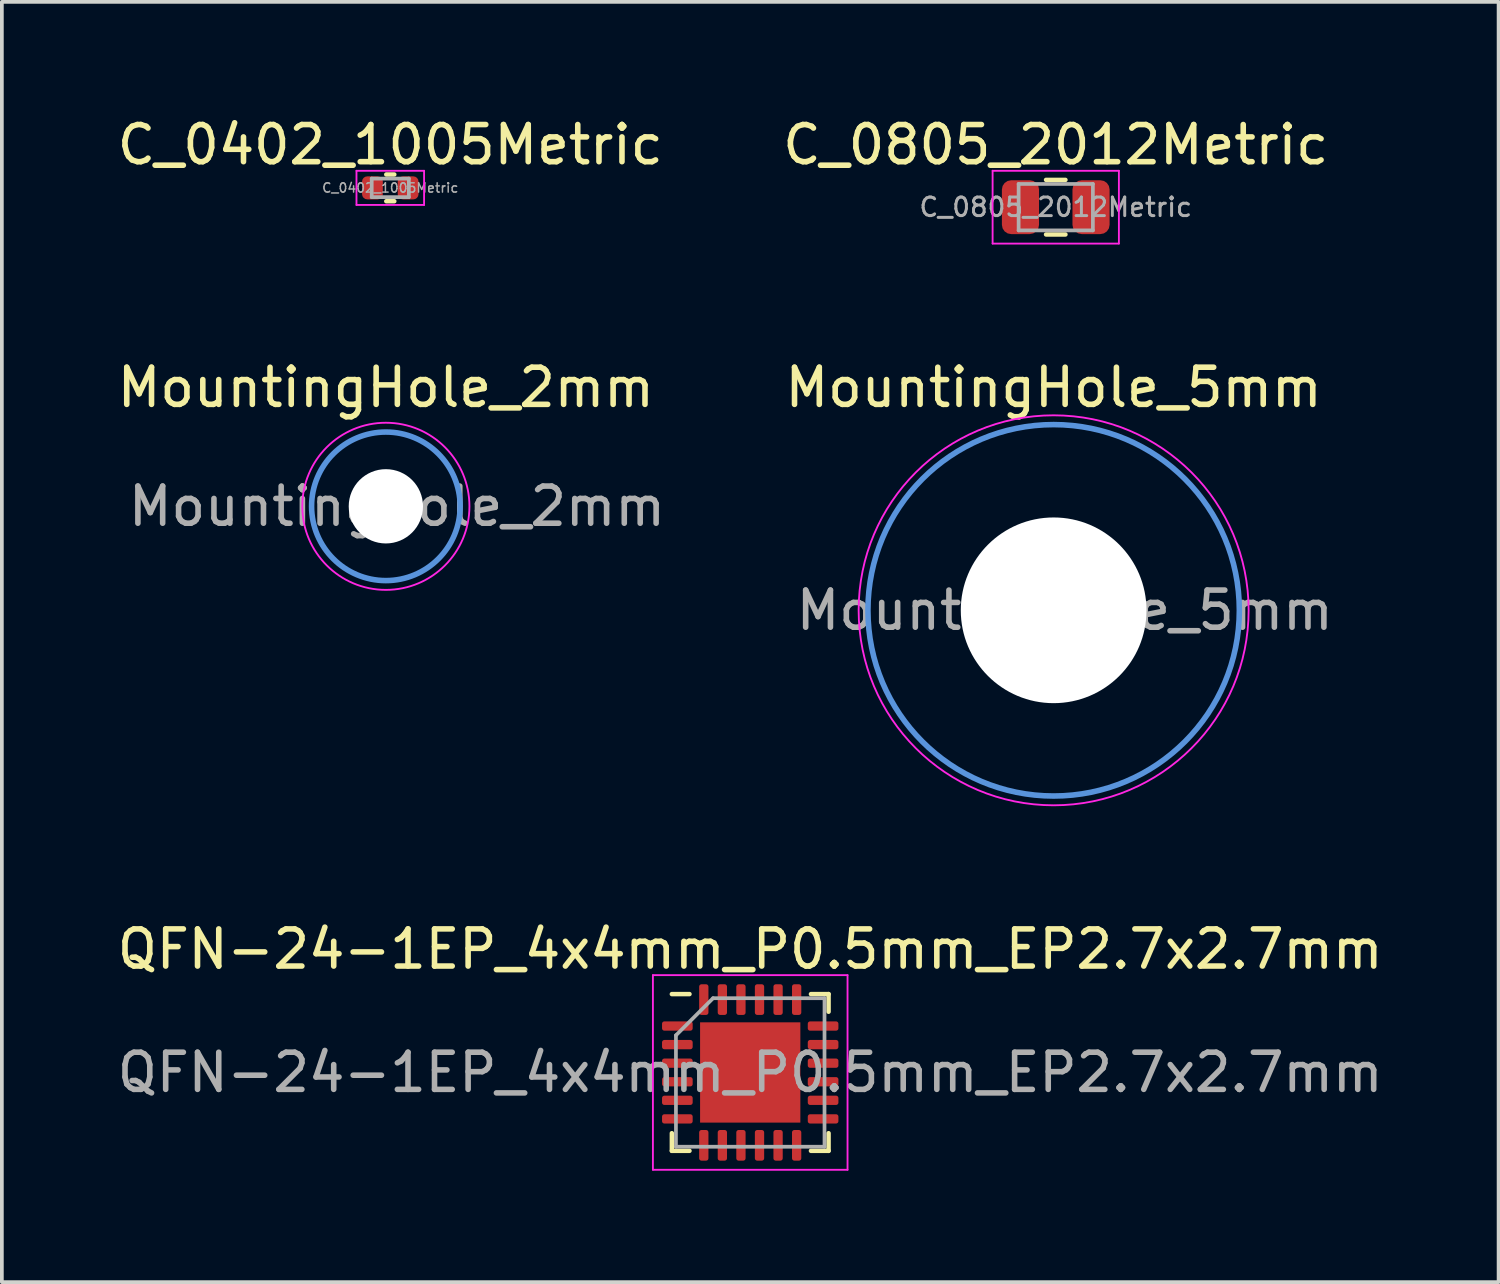
<source format=kicad_pcb>
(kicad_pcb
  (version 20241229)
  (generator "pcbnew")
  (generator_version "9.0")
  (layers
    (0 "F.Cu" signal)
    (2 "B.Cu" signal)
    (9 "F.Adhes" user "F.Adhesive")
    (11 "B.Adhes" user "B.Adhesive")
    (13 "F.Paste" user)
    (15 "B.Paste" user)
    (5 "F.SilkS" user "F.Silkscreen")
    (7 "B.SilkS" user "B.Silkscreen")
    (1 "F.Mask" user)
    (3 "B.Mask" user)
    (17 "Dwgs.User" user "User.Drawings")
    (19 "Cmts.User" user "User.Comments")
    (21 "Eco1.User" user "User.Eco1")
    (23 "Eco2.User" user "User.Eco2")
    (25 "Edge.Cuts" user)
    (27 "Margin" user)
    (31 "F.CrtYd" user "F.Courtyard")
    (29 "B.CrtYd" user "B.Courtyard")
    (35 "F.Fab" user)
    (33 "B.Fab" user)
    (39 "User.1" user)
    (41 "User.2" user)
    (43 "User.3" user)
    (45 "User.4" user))
  (footprint "C_0402_1005Metric"
    (layer "F.Cu")
    (at 7.458 2.008)
    (property "Reference" "C_0402_1005Metric" (at 0 -1.16 0) (layer "F.SilkS") (effects (font (size 1 1) (thickness 0.15))))
    (attr smd)
    (fp_line (start -0.108 -0.36) (end 0.108 -0.36) (stroke (width 0.12) (type solid)) (layer "F.SilkS"))
    (fp_line (start -0.108 0.36) (end 0.108 0.36) (stroke (width 0.12) (type solid)) (layer "F.SilkS"))
    (fp_line (start -0.91 -0.46) (end 0.91 -0.46) (stroke (width 0.05) (type solid)) (layer "F.CrtYd"))
    (fp_line (start -0.91 0.46) (end -0.91 -0.46) (stroke (width 0.05) (type solid)) (layer "F.CrtYd"))
    (fp_line (start 0.91 -0.46) (end 0.91 0.46) (stroke (width 0.05) (type solid)) (layer "F.CrtYd"))
    (fp_line (start 0.91 0.46) (end -0.91 0.46) (stroke (width 0.05) (type solid)) (layer "F.CrtYd"))
    (fp_line (start -0.5 -0.25) (end 0.5 -0.25) (stroke (width 0.1) (type solid)) (layer "F.Fab"))
    (fp_line (start -0.5 0.25) (end -0.5 -0.25) (stroke (width 0.1) (type solid)) (layer "F.Fab"))
    (fp_line (start 0.5 -0.25) (end 0.5 0.25) (stroke (width 0.1) (type solid)) (layer "F.Fab"))
    (fp_line (start 0.5 0.25) (end -0.5 0.25) (stroke (width 0.1) (type solid)) (layer "F.Fab"))
    (fp_text user "${REFERENCE}" (at 0 0 0) (layer "F.Fab") (effects (font (size 0.25 0.25) (thickness 0.04))))
    (pad "1" smd roundrect (at -0.48 0) (size 0.56 0.62) (layers "F.Cu" "F.Mask" "F.Paste") (roundrect_rratio 0.25))
    (pad "2" smd roundrect (at 0.48 0) (size 0.56 0.62) (layers "F.Cu" "F.Mask" "F.Paste") (roundrect_rratio 0.25)))
  (footprint "C_0805_2012Metric"
    (layer "F.Cu")
    (at 25.375 2.528)
    (property "Reference" "C_0805_2012Metric" (at 0 -1.68 0) (layer "F.SilkS") (effects (font (size 1 1) (thickness 0.15))))
    (attr smd)
    (fp_line (start -0.261 -0.735) (end 0.261 -0.735) (stroke (width 0.12) (type solid)) (layer "F.SilkS"))
    (fp_line (start -0.261 0.735) (end 0.261 0.735) (stroke (width 0.12) (type solid)) (layer "F.SilkS"))
    (fp_line (start -1.7 -0.98) (end 1.7 -0.98) (stroke (width 0.05) (type solid)) (layer "F.CrtYd"))
    (fp_line (start -1.7 0.98) (end -1.7 -0.98) (stroke (width 0.05) (type solid)) (layer "F.CrtYd"))
    (fp_line (start 1.7 -0.98) (end 1.7 0.98) (stroke (width 0.05) (type solid)) (layer "F.CrtYd"))
    (fp_line (start 1.7 0.98) (end -1.7 0.98) (stroke (width 0.05) (type solid)) (layer "F.CrtYd"))
    (fp_line (start -1 -0.625) (end 1 -0.625) (stroke (width 0.1) (type solid)) (layer "F.Fab"))
    (fp_line (start -1 0.625) (end -1 -0.625) (stroke (width 0.1) (type solid)) (layer "F.Fab"))
    (fp_line (start 1 -0.625) (end 1 0.625) (stroke (width 0.1) (type solid)) (layer "F.Fab"))
    (fp_line (start 1 0.625) (end -1 0.625) (stroke (width 0.1) (type solid)) (layer "F.Fab"))
    (fp_text user "${REFERENCE}" (at 0 0 0) (layer "F.Fab") (effects (font (size 0.5 0.5) (thickness 0.08))))
    (pad "1" smd roundrect (at -0.95 0) (size 1 1.45) (layers "F.Cu" "F.Mask" "F.Paste") (roundrect_rratio 0.25))
    (pad "2" smd roundrect (at 0.95 0) (size 1 1.45) (layers "F.Cu" "F.Mask" "F.Paste") (roundrect_rratio 0.25)))
  (footprint "MountingHole_2mm"
    (layer "F.Cu")
    (at 7.339 10.582)
    (property "Reference" "MountingHole_2mm" (at 0 -3.2 0) (layer "F.SilkS") (effects (font (size 1 1) (thickness 0.15))))
    (attr exclude_from_pos_files exclude_from_bom)
    (fp_circle (center 0 0) (end 2 0) (stroke (width 0.15) (type solid)) (fill no) (layer "Cmts.User"))
    (fp_circle (center 0 0) (end 2.25 0) (stroke (width 0.05) (type solid)) (fill no) (layer "F.CrtYd"))
    (fp_text user "${REFERENCE}" (at 0.3 0 0) (layer "F.Fab") (effects (font (size 1 1) (thickness 0.15))))
    (pad "" np_thru_hole circle (at 0 0) (size 2 2) (drill 2) (layers "*.Cu" "*.Mask")))
  (footprint "MountingHole_5mm"
    (layer "F.Cu")
    (at 25.318 13.382)
    (property "Reference" "MountingHole_5mm" (at 0 -6 0) (layer "F.SilkS") (effects (font (size 1 1) (thickness 0.15))))
    (attr exclude_from_pos_files exclude_from_bom)
    (fp_circle (center 0 0) (end 5 0) (stroke (width 0.15) (type solid)) (fill no) (layer "Cmts.User"))
    (fp_circle (center 0 0) (end 5.25 0) (stroke (width 0.05) (type solid)) (fill no) (layer "F.CrtYd"))
    (fp_text user "${REFERENCE}" (at 0.3 0 0) (layer "F.Fab") (effects (font (size 1 1) (thickness 0.15))))
    (pad "" np_thru_hole circle (at 0 0) (size 5 5) (drill 5) (layers "*.Cu" "*.Mask")))
  (footprint "QFN-24-1EP_4x4mm_P0.5mm_EP2.7x2.7mm"
    (layer "F.Cu")
    (at 17.149 25.825)
    (property "Reference" "QFN-24-1EP_4x4mm_P0.5mm_EP2.7x2.7mm" (at 0 -3.32 0) (layer "F.SilkS") (effects (font (size 1 1) (thickness 0.15))))
    (attr smd)
    (fp_line (start -2.11 2.11) (end -2.11 1.635) (stroke (width 0.12) (type solid)) (layer "F.SilkS"))
    (fp_line (start -1.635 -2.11) (end -2.11 -2.11) (stroke (width 0.12) (type solid)) (layer "F.SilkS"))
    (fp_line (start -1.635 2.11) (end -2.11 2.11) (stroke (width 0.12) (type solid)) (layer "F.SilkS"))
    (fp_line (start 1.635 -2.11) (end 2.11 -2.11) (stroke (width 0.12) (type solid)) (layer "F.SilkS"))
    (fp_line (start 1.635 2.11) (end 2.11 2.11) (stroke (width 0.12) (type solid)) (layer "F.SilkS"))
    (fp_line (start 2.11 -2.11) (end 2.11 -1.635) (stroke (width 0.12) (type solid)) (layer "F.SilkS"))
    (fp_line (start 2.11 2.11) (end 2.11 1.635) (stroke (width 0.12) (type solid)) (layer "F.SilkS"))
    (fp_line (start -2.62 -2.62) (end -2.62 2.62) (stroke (width 0.05) (type solid)) (layer "F.CrtYd"))
    (fp_line (start -2.62 2.62) (end 2.62 2.62) (stroke (width 0.05) (type solid)) (layer "F.CrtYd"))
    (fp_line (start 2.62 -2.62) (end -2.62 -2.62) (stroke (width 0.05) (type solid)) (layer "F.CrtYd"))
    (fp_line (start 2.62 2.62) (end 2.62 -2.62) (stroke (width 0.05) (type solid)) (layer "F.CrtYd"))
    (fp_line (start -2 -1) (end -1 -2) (stroke (width 0.1) (type solid)) (layer "F.Fab"))
    (fp_line (start -2 2) (end -2 -1) (stroke (width 0.1) (type solid)) (layer "F.Fab"))
    (fp_line (start -1 -2) (end 2 -2) (stroke (width 0.1) (type solid)) (layer "F.Fab"))
    (fp_line (start 2 -2) (end 2 2) (stroke (width 0.1) (type solid)) (layer "F.Fab"))
    (fp_line (start 2 2) (end -2 2) (stroke (width 0.1) (type solid)) (layer "F.Fab"))
    (fp_text user "${REFERENCE}" (at 0 0 0) (layer "F.Fab") (effects (font (size 1 1) (thickness 0.15))))
    (pad "" smd roundrect (at -0.675 -0.675) (size 1.09 1.09) (layers "F.Paste") (roundrect_rratio 0.229))
    (pad "" smd roundrect (at -0.675 0.675) (size 1.09 1.09) (layers "F.Paste") (roundrect_rratio 0.229))
    (pad "" smd roundrect (at 0.675 -0.675) (size 1.09 1.09) (layers "F.Paste") (roundrect_rratio 0.229))
    (pad "" smd roundrect (at 0.675 0.675) (size 1.09 1.09) (layers "F.Paste") (roundrect_rratio 0.229))
    (pad "1" smd roundrect (at -1.962 -1.25) (size 0.825 0.25) (layers "F.Cu" "F.Mask" "F.Paste") (roundrect_rratio 0.25))
    (pad "2" smd roundrect (at -1.962 -0.75) (size 0.825 0.25) (layers "F.Cu" "F.Mask" "F.Paste") (roundrect_rratio 0.25))
    (pad "3" smd roundrect (at -1.962 -0.25) (size 0.825 0.25) (layers "F.Cu" "F.Mask" "F.Paste") (roundrect_rratio 0.25))
    (pad "4" smd roundrect (at -1.962 0.25) (size 0.825 0.25) (layers "F.Cu" "F.Mask" "F.Paste") (roundrect_rratio 0.25))
    (pad "5" smd roundrect (at -1.962 0.75) (size 0.825 0.25) (layers "F.Cu" "F.Mask" "F.Paste") (roundrect_rratio 0.25))
    (pad "6" smd roundrect (at -1.962 1.25) (size 0.825 0.25) (layers "F.Cu" "F.Mask" "F.Paste") (roundrect_rratio 0.25))
    (pad "7" smd roundrect (at -1.25 1.962) (size 0.25 0.825) (layers "F.Cu" "F.Mask" "F.Paste") (roundrect_rratio 0.25))
    (pad "8" smd roundrect (at -0.75 1.962) (size 0.25 0.825) (layers "F.Cu" "F.Mask" "F.Paste") (roundrect_rratio 0.25))
    (pad "9" smd roundrect (at -0.25 1.962) (size 0.25 0.825) (layers "F.Cu" "F.Mask" "F.Paste") (roundrect_rratio 0.25))
    (pad "10" smd roundrect (at 0.25 1.962) (size 0.25 0.825) (layers "F.Cu" "F.Mask" "F.Paste") (roundrect_rratio 0.25))
    (pad "11" smd roundrect (at 0.75 1.962) (size 0.25 0.825) (layers "F.Cu" "F.Mask" "F.Paste") (roundrect_rratio 0.25))
    (pad "12" smd roundrect (at 1.25 1.962) (size 0.25 0.825) (layers "F.Cu" "F.Mask" "F.Paste") (roundrect_rratio 0.25))
    (pad "13" smd roundrect (at 1.962 1.25) (size 0.825 0.25) (layers "F.Cu" "F.Mask" "F.Paste") (roundrect_rratio 0.25))
    (pad "14" smd roundrect (at 1.962 0.75) (size 0.825 0.25) (layers "F.Cu" "F.Mask" "F.Paste") (roundrect_rratio 0.25))
    (pad "15" smd roundrect (at 1.962 0.25) (size 0.825 0.25) (layers "F.Cu" "F.Mask" "F.Paste") (roundrect_rratio 0.25))
    (pad "16" smd roundrect (at 1.962 -0.25) (size 0.825 0.25) (layers "F.Cu" "F.Mask" "F.Paste") (roundrect_rratio 0.25))
    (pad "17" smd roundrect (at 1.962 -0.75) (size 0.825 0.25) (layers "F.Cu" "F.Mask" "F.Paste") (roundrect_rratio 0.25))
    (pad "18" smd roundrect (at 1.962 -1.25) (size 0.825 0.25) (layers "F.Cu" "F.Mask" "F.Paste") (roundrect_rratio 0.25))
    (pad "19" smd roundrect (at 1.25 -1.962) (size 0.25 0.825) (layers "F.Cu" "F.Mask" "F.Paste") (roundrect_rratio 0.25))
    (pad "20" smd roundrect (at 0.75 -1.962) (size 0.25 0.825) (layers "F.Cu" "F.Mask" "F.Paste") (roundrect_rratio 0.25))
    (pad "21" smd roundrect (at 0.25 -1.962) (size 0.25 0.825) (layers "F.Cu" "F.Mask" "F.Paste") (roundrect_rratio 0.25))
    (pad "22" smd roundrect (at -0.25 -1.962) (size 0.25 0.825) (layers "F.Cu" "F.Mask" "F.Paste") (roundrect_rratio 0.25))
    (pad "23" smd roundrect (at -0.75 -1.962) (size 0.25 0.825) (layers "F.Cu" "F.Mask" "F.Paste") (roundrect_rratio 0.25))
    (pad "24" smd roundrect (at -1.25 -1.962) (size 0.25 0.825) (layers "F.Cu" "F.Mask" "F.Paste") (roundrect_rratio 0.25))
    (pad "25" smd rect (at 0 0) (size 2.7 2.7) (layers "F.Cu" "F.Mask")))
  (gr_rect
    (start -3 -3)
    (end 37.298 31.47)
    (stroke (width 0.1) (type default))
    (fill no)
    (layer "Edge.Cuts")))
</source>
